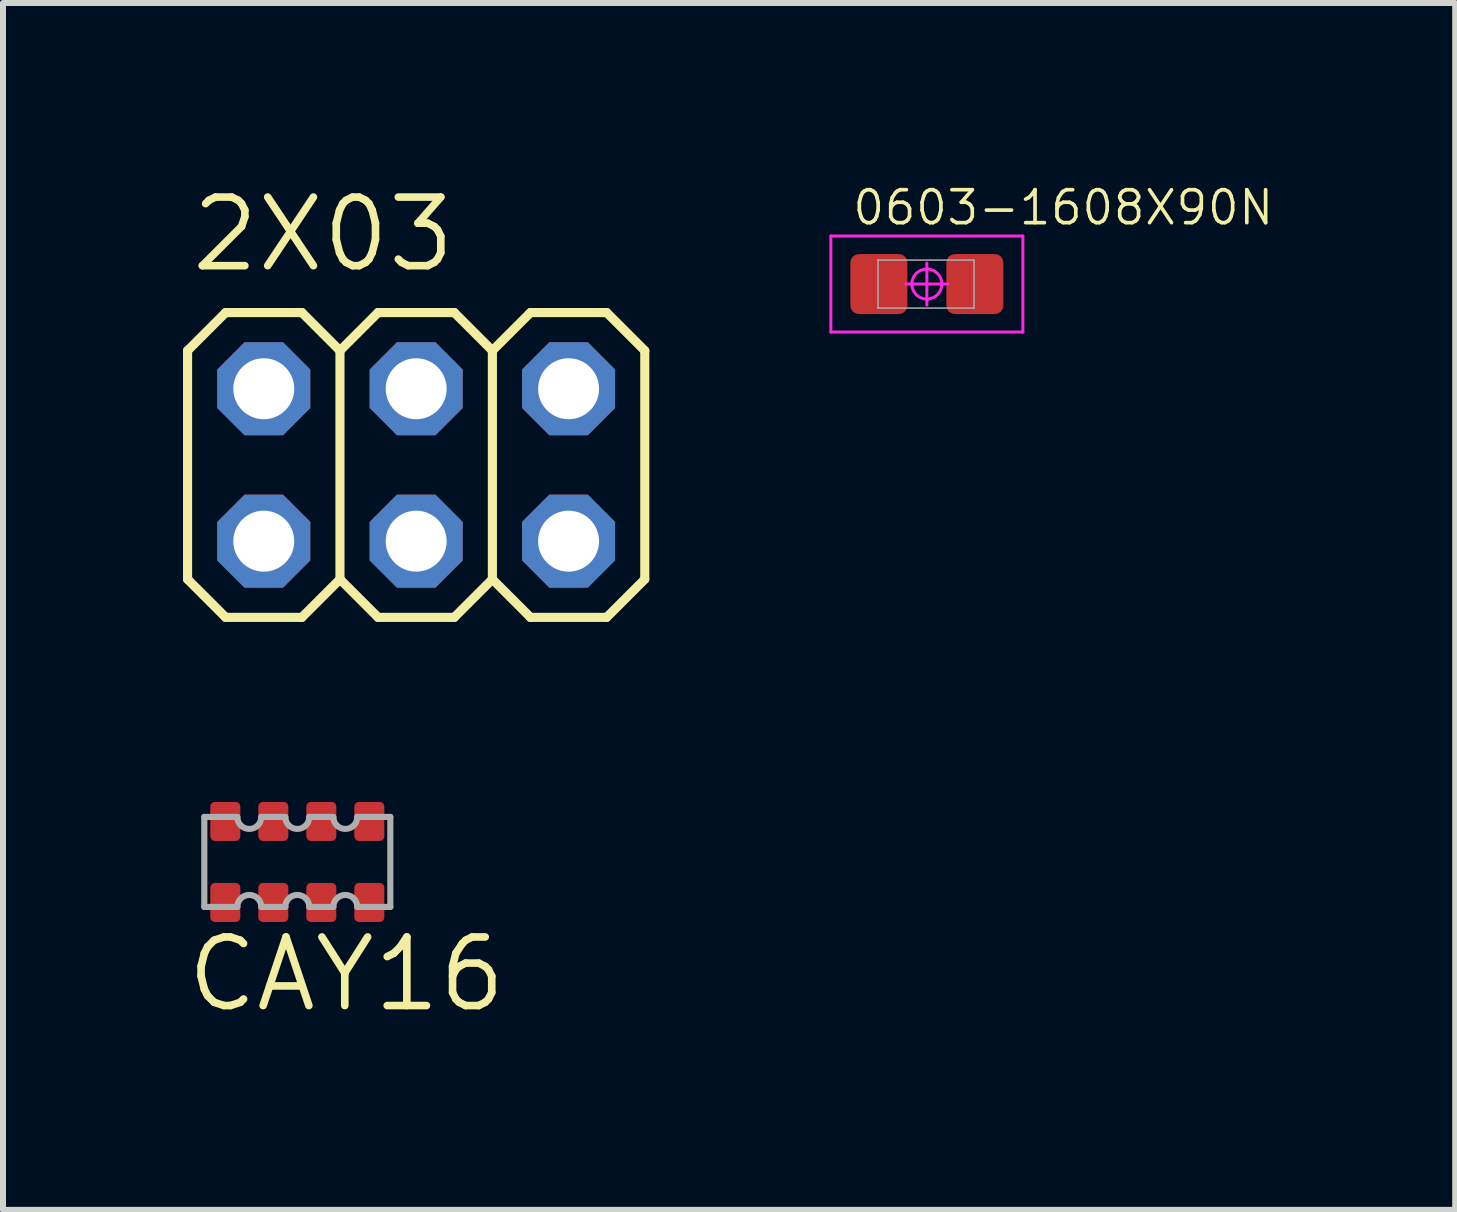
<source format=kicad_pcb>
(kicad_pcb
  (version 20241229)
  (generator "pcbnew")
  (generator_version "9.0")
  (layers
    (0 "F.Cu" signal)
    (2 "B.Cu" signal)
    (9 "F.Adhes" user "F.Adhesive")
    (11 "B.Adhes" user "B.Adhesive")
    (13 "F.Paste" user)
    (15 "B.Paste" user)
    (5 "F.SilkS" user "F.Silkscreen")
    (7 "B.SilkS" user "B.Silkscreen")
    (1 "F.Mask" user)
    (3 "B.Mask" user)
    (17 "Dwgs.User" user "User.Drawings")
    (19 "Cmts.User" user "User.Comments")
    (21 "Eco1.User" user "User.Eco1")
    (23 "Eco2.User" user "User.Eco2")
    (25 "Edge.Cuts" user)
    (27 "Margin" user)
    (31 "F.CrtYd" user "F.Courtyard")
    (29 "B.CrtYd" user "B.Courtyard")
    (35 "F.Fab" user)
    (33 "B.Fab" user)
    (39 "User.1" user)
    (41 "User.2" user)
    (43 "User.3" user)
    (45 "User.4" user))
  (footprint "2X03"
    (layer "F.Cu")
    (at 3.886 4.699)
    (property "Reference" "2X03" (at -3.81 -3.175 0) (unlocked yes) (layer "F.SilkS") (effects (font (size 1.143 1.143) (thickness 0.127)) (justify left bottom)))
    (fp_line (start -3.81 -1.905) (end -3.175 -2.54) (stroke (width 0.152) (type solid)) (layer "F.SilkS"))
    (fp_line (start -3.81 1.905) (end -3.81 -1.905) (stroke (width 0.152) (type solid)) (layer "F.SilkS"))
    (fp_line (start -3.81 1.905) (end -3.175 2.54) (stroke (width 0.152) (type solid)) (layer "F.SilkS"))
    (fp_line (start -3.175 -2.54) (end -1.905 -2.54) (stroke (width 0.152) (type solid)) (layer "F.SilkS"))
    (fp_line (start -3.175 2.54) (end -1.905 2.54) (stroke (width 0.152) (type solid)) (layer "F.SilkS"))
    (fp_line (start -1.905 -2.54) (end -1.27 -1.905) (stroke (width 0.152) (type solid)) (layer "F.SilkS"))
    (fp_line (start -1.905 2.54) (end -1.27 1.905) (stroke (width 0.152) (type solid)) (layer "F.SilkS"))
    (fp_line (start -1.27 -1.905) (end -1.27 1.905) (stroke (width 0.152) (type solid)) (layer "F.SilkS"))
    (fp_line (start -1.27 -1.905) (end -0.635 -2.54) (stroke (width 0.152) (type solid)) (layer "F.SilkS"))
    (fp_line (start -1.27 1.905) (end -0.635 2.54) (stroke (width 0.152) (type solid)) (layer "F.SilkS"))
    (fp_line (start -0.635 -2.54) (end 0.635 -2.54) (stroke (width 0.152) (type solid)) (layer "F.SilkS"))
    (fp_line (start -0.635 2.54) (end 0.635 2.54) (stroke (width 0.152) (type solid)) (layer "F.SilkS"))
    (fp_line (start 0.635 -2.54) (end 1.27 -1.905) (stroke (width 0.152) (type solid)) (layer "F.SilkS"))
    (fp_line (start 0.635 2.54) (end 1.27 1.905) (stroke (width 0.152) (type solid)) (layer "F.SilkS"))
    (fp_line (start 1.27 -1.905) (end 1.27 1.905) (stroke (width 0.152) (type solid)) (layer "F.SilkS"))
    (fp_line (start 1.27 -1.905) (end 1.905 -2.54) (stroke (width 0.152) (type solid)) (layer "F.SilkS"))
    (fp_line (start 1.27 1.905) (end 1.905 2.54) (stroke (width 0.152) (type solid)) (layer "F.SilkS"))
    (fp_line (start 1.905 -2.54) (end 3.175 -2.54) (stroke (width 0.152) (type solid)) (layer "F.SilkS"))
    (fp_line (start 1.905 2.54) (end 3.175 2.54) (stroke (width 0.152) (type solid)) (layer "F.SilkS"))
    (fp_line (start 3.175 -2.54) (end 3.81 -1.905) (stroke (width 0.152) (type solid)) (layer "F.SilkS"))
    (fp_line (start 3.175 2.54) (end 3.81 1.905) (stroke (width 0.152) (type solid)) (layer "F.SilkS"))
    (fp_line (start 3.81 -1.905) (end 3.81 1.905) (stroke (width 0.152) (type solid)) (layer "F.SilkS"))
    (fp_poly (pts (xy -2.794 -1.016) (xy -2.286 -1.016) (xy -2.286 -1.524) (xy -2.794 -1.524)) (stroke (width 0.1) (type default)) (fill no) (layer "F.Fab"))
    (fp_poly (pts (xy -2.794 1.524) (xy -2.286 1.524) (xy -2.286 1.016) (xy -2.794 1.016)) (stroke (width 0.1) (type default)) (fill no) (layer "F.Fab"))
    (fp_poly (pts (xy -0.254 -1.016) (xy 0.254 -1.016) (xy 0.254 -1.524) (xy -0.254 -1.524)) (stroke (width 0.1) (type default)) (fill no) (layer "F.Fab"))
    (fp_poly (pts (xy -0.254 1.524) (xy 0.254 1.524) (xy 0.254 1.016) (xy -0.254 1.016)) (stroke (width 0.1) (type default)) (fill no) (layer "F.Fab"))
    (fp_poly (pts (xy 2.286 -1.016) (xy 2.794 -1.016) (xy 2.794 -1.524) (xy 2.286 -1.524)) (stroke (width 0.1) (type default)) (fill no) (layer "F.Fab"))
    (fp_poly (pts (xy 2.286 1.524) (xy 2.794 1.524) (xy 2.794 1.016) (xy 2.286 1.016)) (stroke (width 0.1) (type default)) (fill no) (layer "F.Fab"))
    (pad "1" thru_hole roundrect (at -2.54 1.27) (size 1.55 1.55) (drill 1.016) (layers "*.Cu" "*.Mask") (roundrect_rratio 0.25) (chamfer_ratio 0.293) (chamfer top_left top_right bottom_left bottom_right))
    (pad "2" thru_hole roundrect (at -2.54 -1.27) (size 1.55 1.55) (drill 1.016) (layers "*.Cu" "*.Mask") (roundrect_rratio 0.25) (chamfer_ratio 0.293) (chamfer top_left top_right bottom_left bottom_right))
    (pad "3" thru_hole roundrect (at 0 1.27) (size 1.55 1.55) (drill 1.016) (layers "*.Cu" "*.Mask") (roundrect_rratio 0.25) (chamfer_ratio 0.293) (chamfer top_left top_right bottom_left bottom_right))
    (pad "4" thru_hole roundrect (at 0 -1.27) (size 1.55 1.55) (drill 1.016) (layers "*.Cu" "*.Mask") (roundrect_rratio 0.25) (chamfer_ratio 0.293) (chamfer top_left top_right bottom_left bottom_right))
    (pad "5" thru_hole roundrect (at 2.54 1.27) (size 1.55 1.55) (drill 1.016) (layers "*.Cu" "*.Mask") (roundrect_rratio 0.25) (chamfer_ratio 0.293) (chamfer top_left top_right bottom_left bottom_right))
    (pad "6" thru_hole roundrect (at 2.54 -1.27) (size 1.55 1.55) (drill 1.016) (layers "*.Cu" "*.Mask") (roundrect_rratio 0.25) (chamfer_ratio 0.293) (chamfer top_left top_right bottom_left bottom_right)))
  (footprint "CAY16"
    (layer "F.Cu")
    (at 1.905 11.315)
    (property "Reference" "CAY16" (at -1.905 2.54 0) (unlocked yes) (layer "F.SilkS") (effects (font (size 1.143 1.143) (thickness 0.127)) (justify left bottom)))
    (fp_line (start -1.55 -0.75) (end -1 -0.75) (stroke (width 0.102) (type solid)) (layer "F.Fab"))
    (fp_line (start -1.55 0.75) (end -1.55 -0.75) (stroke (width 0.102) (type solid)) (layer "F.Fab"))
    (fp_line (start -1 0.75) (end -1.55 0.75) (stroke (width 0.102) (type solid)) (layer "F.Fab"))
    (fp_line (start -0.6 -0.75) (end -0.2 -0.75) (stroke (width 0.102) (type solid)) (layer "F.Fab"))
    (fp_line (start -0.2 0.75) (end -0.6 0.75) (stroke (width 0.102) (type solid)) (layer "F.Fab"))
    (fp_line (start 0.2 -0.75) (end 0.6 -0.75) (stroke (width 0.102) (type solid)) (layer "F.Fab"))
    (fp_line (start 0.6 0.75) (end 0.2 0.75) (stroke (width 0.102) (type solid)) (layer "F.Fab"))
    (fp_line (start 1 -0.75) (end 1.55 -0.75) (stroke (width 0.102) (type solid)) (layer "F.Fab"))
    (fp_line (start 1.55 -0.75) (end 1.55 0.75) (stroke (width 0.102) (type solid)) (layer "F.Fab"))
    (fp_line (start 1.55 0.75) (end 1 0.75) (stroke (width 0.102) (type solid)) (layer "F.Fab"))
    (fp_arc (start -1 0.75) (mid -0.8 0.55) (end -0.6 0.75) (stroke (width 0.1016) (type solid)) (layer "F.Fab"))
    (fp_arc (start -0.6 -0.75) (mid -0.8 -0.55) (end -1 -0.75) (stroke (width 0.1016) (type solid)) (layer "F.Fab"))
    (fp_arc (start -0.2 0.75) (mid 0 0.55) (end 0.2 0.75) (stroke (width 0.1016) (type solid)) (layer "F.Fab"))
    (fp_arc (start 0.2 -0.75) (mid 0 -0.55) (end -0.2 -0.75) (stroke (width 0.1016) (type solid)) (layer "F.Fab"))
    (fp_arc (start 0.6 0.75) (mid 0.8 0.55) (end 1 0.75) (stroke (width 0.1016) (type solid)) (layer "F.Fab"))
    (fp_arc (start 1 -0.75) (mid 0.8 -0.55) (end 0.6 -0.75) (stroke (width 0.1016) (type solid)) (layer "F.Fab"))
    (pad "1" smd roundrect (at -1.2 0.675) (size 0.5 0.65) (layers "F.Cu" "F.Mask" "F.Paste") (roundrect_rratio 0.152))
    (pad "2" smd roundrect (at -0.4 0.675) (size 0.5 0.65) (layers "F.Cu" "F.Mask" "F.Paste") (roundrect_rratio 0.152))
    (pad "3" smd roundrect (at 0.4 0.675) (size 0.5 0.65) (layers "F.Cu" "F.Mask" "F.Paste") (roundrect_rratio 0.152))
    (pad "4" smd roundrect (at 1.2 0.675) (size 0.5 0.65) (layers "F.Cu" "F.Mask" "F.Paste") (roundrect_rratio 0.152))
    (pad "5" smd roundrect (at 1.2 -0.675) (size 0.5 0.65) (layers "F.Cu" "F.Mask" "F.Paste") (roundrect_rratio 0.152))
    (pad "6" smd roundrect (at 0.4 -0.675) (size 0.5 0.65) (layers "F.Cu" "F.Mask" "F.Paste") (roundrect_rratio 0.152))
    (pad "7" smd roundrect (at -0.4 -0.675) (size 0.5 0.65) (layers "F.Cu" "F.Mask" "F.Paste") (roundrect_rratio 0.152))
    (pad "8" smd roundrect (at -1.2 -0.675) (size 0.5 0.65) (layers "F.Cu" "F.Mask" "F.Paste") (roundrect_rratio 0.152)))
  (footprint "0603-1608X90N"
    (layer "F.Cu")
    (at 12.397 1.684)
    (property "Reference" "0603-1608X90N" (at -1.27 -0.953 0) (unlocked yes) (layer "F.SilkS") (effects (font (size 0.549 0.549) (thickness 0.061)) (justify left bottom)))
    (fp_line (start -1.6 -0.8) (end -1.6 0.8) (stroke (width 0.05) (type solid)) (layer "F.CrtYd"))
    (fp_line (start -1.6 0.8) (end 1.6 0.8) (stroke (width 0.05) (type solid)) (layer "F.CrtYd"))
    (fp_line (start -0.35 0) (end 0.35 0) (stroke (width 0.05) (type solid)) (layer "F.CrtYd"))
    (fp_line (start 0 0.35) (end 0 -0.35) (stroke (width 0.05) (type solid)) (layer "F.CrtYd"))
    (fp_line (start 1.6 -0.8) (end -1.6 -0.8) (stroke (width 0.05) (type solid)) (layer "F.CrtYd"))
    (fp_line (start 1.6 0.8) (end 1.6 -0.8) (stroke (width 0.05) (type solid)) (layer "F.CrtYd"))
    (fp_circle (center 0 0) (end 0.25 0) (stroke (width 0.05) (type solid)) (fill no) (layer "F.CrtYd"))
    (fp_line (start -0.814 -0.4) (end -0.814 0.4) (stroke (width 0.025) (type solid)) (layer "F.Fab"))
    (fp_line (start -0.814 0.4) (end 0.786 0.4) (stroke (width 0.025) (type solid)) (layer "F.Fab"))
    (fp_line (start 0.786 -0.4) (end -0.814 -0.4) (stroke (width 0.025) (type solid)) (layer "F.Fab"))
    (fp_line (start 0.786 0.4) (end 0.786 -0.4) (stroke (width 0.025) (type solid)) (layer "F.Fab"))
    (pad "1" smd roundrect (at -0.8 0) (size 0.95 1) (layers "F.Cu" "F.Mask" "F.Paste") (roundrect_rratio 0.15))
    (pad "2" smd roundrect (at 0.8 0) (size 0.95 1) (layers "F.Cu" "F.Mask" "F.Paste") (roundrect_rratio 0.15)))
  (gr_rect
    (start -3 -3)
    (end 21.202 17.114)
    (stroke (width 0.1) (type default))
    (fill no)
    (layer "Edge.Cuts")))
</source>
